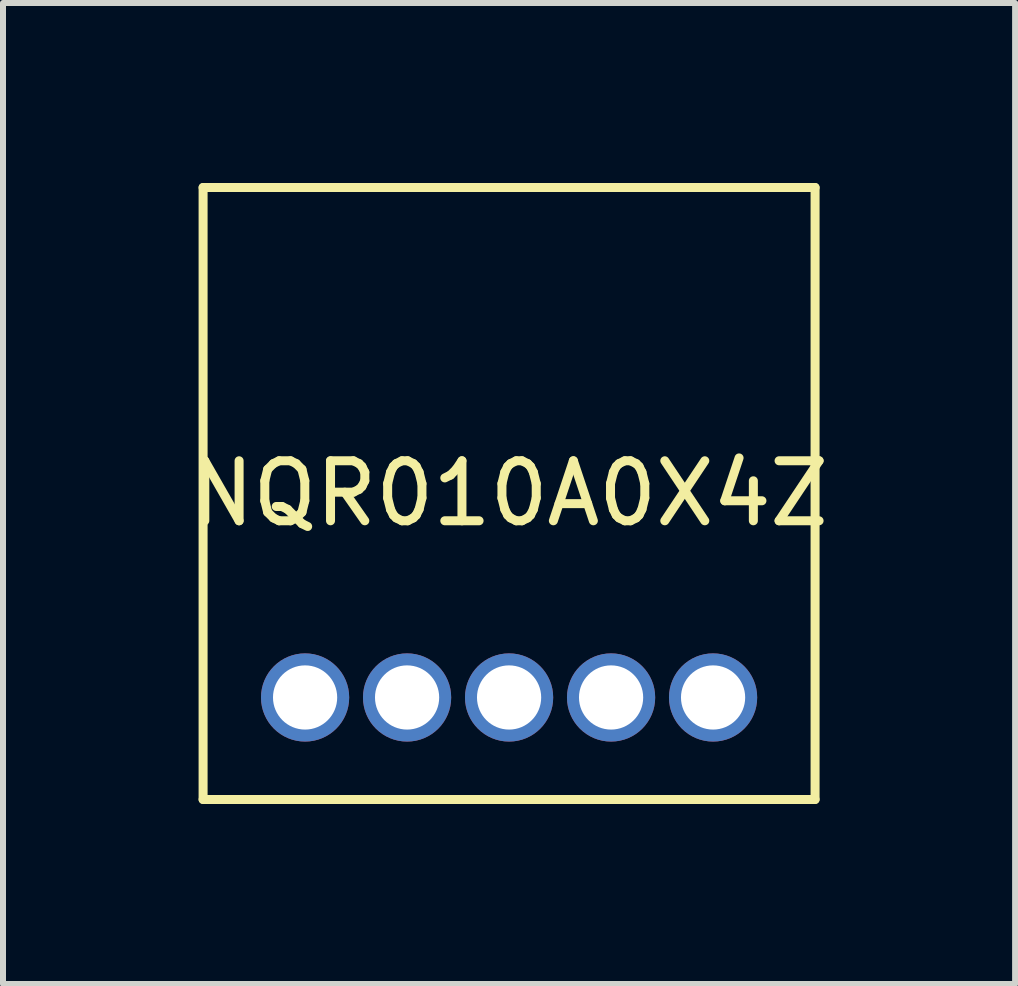
<source format=kicad_pcb>
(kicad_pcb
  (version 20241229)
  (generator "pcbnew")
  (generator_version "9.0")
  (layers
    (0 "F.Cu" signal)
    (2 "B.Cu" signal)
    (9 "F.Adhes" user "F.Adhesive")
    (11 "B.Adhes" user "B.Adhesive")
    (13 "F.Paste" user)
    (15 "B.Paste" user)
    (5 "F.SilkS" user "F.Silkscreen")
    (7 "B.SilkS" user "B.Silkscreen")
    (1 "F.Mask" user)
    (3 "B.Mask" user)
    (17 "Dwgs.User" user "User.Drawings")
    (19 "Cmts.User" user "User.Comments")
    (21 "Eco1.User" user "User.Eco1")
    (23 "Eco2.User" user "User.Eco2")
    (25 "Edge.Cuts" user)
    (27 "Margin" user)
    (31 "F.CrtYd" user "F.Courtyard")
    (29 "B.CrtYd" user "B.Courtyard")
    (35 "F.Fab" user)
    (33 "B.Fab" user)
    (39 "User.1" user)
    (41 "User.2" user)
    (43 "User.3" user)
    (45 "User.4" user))
  (footprint "NQR010A0X4Z"
    (layer "F.Cu")
    (at 5.435 8.575)
    (property "Reference" "NQR010A0X4Z" (at 0 -3.4 0) (layer "F.SilkS") (effects (font (size 1 1) (thickness 0.15))))
    (attr through_hole)
    (fp_line (start -5.1 -8.5) (end -5.1 1.7) (stroke (width 0.15) (type solid)) (layer "F.SilkS"))
    (fp_line (start -5.1 1.7) (end 5.1 1.7) (stroke (width 0.15) (type solid)) (layer "F.SilkS"))
    (fp_line (start 5.1 -8.5) (end -5.1 -8.5) (stroke (width 0.15) (type solid)) (layer "F.SilkS"))
    (fp_line (start 5.1 1.7) (end 5.1 -8.5) (stroke (width 0.15) (type solid)) (layer "F.SilkS"))
    (pad "1" thru_hole circle (at -3.4 0) (size 1.47 1.47) (drill 1.07) (layers "*.Cu" "*.Mask"))
    (pad "2" thru_hole circle (at -1.7 0) (size 1.47 1.47) (drill 1.07) (layers "*.Cu" "*.Mask"))
    (pad "3" thru_hole circle (at 0 0) (size 1.47 1.47) (drill 1.07) (layers "*.Cu" "*.Mask"))
    (pad "4" thru_hole circle (at 1.7 0) (size 1.47 1.47) (drill 1.07) (layers "*.Cu" "*.Mask"))
    (pad "5" thru_hole circle (at 3.4 0) (size 1.47 1.47) (drill 1.07) (layers "*.Cu" "*.Mask")))
  (gr_rect
    (start -3 -3)
    (end 13.869 13.35)
    (stroke (width 0.1) (type default))
    (fill no)
    (layer "Edge.Cuts")))
</source>
